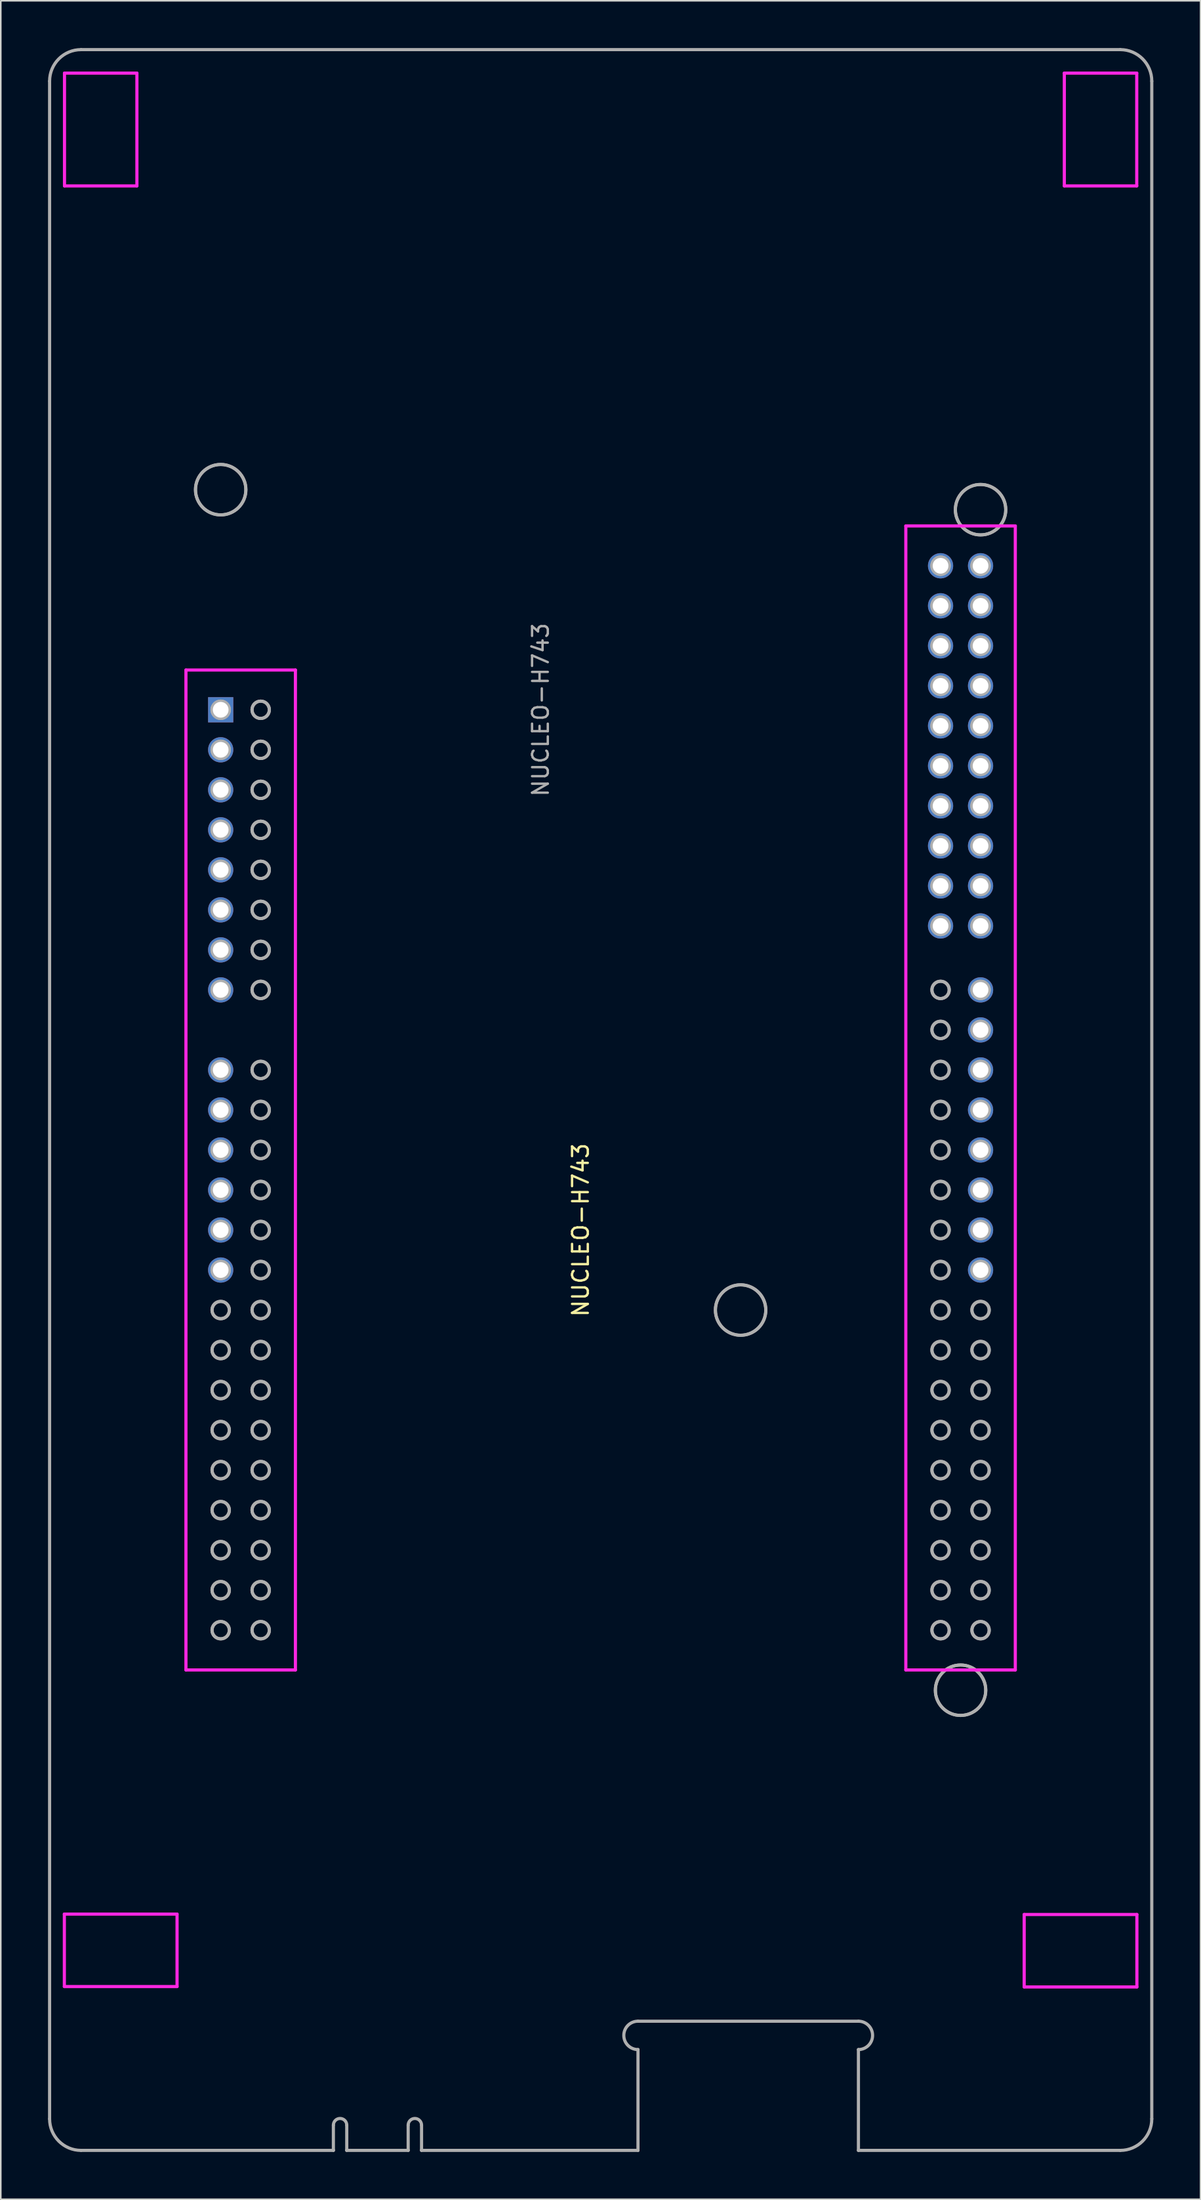
<source format=kicad_pcb>
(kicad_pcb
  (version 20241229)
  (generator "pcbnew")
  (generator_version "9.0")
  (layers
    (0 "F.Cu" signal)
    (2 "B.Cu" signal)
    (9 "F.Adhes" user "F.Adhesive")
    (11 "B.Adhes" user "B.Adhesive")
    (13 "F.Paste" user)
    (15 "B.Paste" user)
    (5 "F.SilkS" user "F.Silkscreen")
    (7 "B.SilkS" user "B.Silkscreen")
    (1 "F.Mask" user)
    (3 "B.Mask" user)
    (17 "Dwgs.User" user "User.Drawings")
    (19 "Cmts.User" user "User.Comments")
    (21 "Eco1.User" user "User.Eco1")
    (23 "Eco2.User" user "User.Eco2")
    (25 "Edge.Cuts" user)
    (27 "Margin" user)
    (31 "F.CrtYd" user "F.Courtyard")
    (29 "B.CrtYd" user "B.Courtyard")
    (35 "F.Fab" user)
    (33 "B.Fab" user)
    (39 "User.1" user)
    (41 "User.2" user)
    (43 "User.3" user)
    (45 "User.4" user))
  (footprint "NUCLEO-H743"
    (layer "F.Cu")
    (at 33.826 21.681)
    (property "Reference" "NUCLEO-H743" (at 0 53.34 90) (layer "F.SilkS") (effects (font (size 1 1) (thickness 0.15))))
    (attr through_hole)
    (fp_line (start -32.789 96.76) (end -25.631 96.76) (stroke (width 0.2) (type solid)) (layer "F.CrtYd"))
    (fp_line (start -32.789 101.359) (end -32.789 96.76) (stroke (width 0.2) (type solid)) (layer "F.CrtYd"))
    (fp_line (start -32.78 -20.09) (end -28.181 -20.09) (stroke (width 0.2) (type solid)) (layer "F.CrtYd"))
    (fp_line (start -32.78 -12.931) (end -32.78 -20.09) (stroke (width 0.2) (type solid)) (layer "F.CrtYd"))
    (fp_line (start -28.181 -20.09) (end -28.181 -12.931) (stroke (width 0.2) (type solid)) (layer "F.CrtYd"))
    (fp_line (start -28.181 -12.931) (end -32.78 -12.931) (stroke (width 0.2) (type solid)) (layer "F.CrtYd"))
    (fp_line (start -25.631 96.76) (end -25.631 101.359) (stroke (width 0.2) (type solid)) (layer "F.CrtYd"))
    (fp_line (start -25.631 101.359) (end -32.789 101.359) (stroke (width 0.2) (type solid)) (layer "F.CrtYd"))
    (fp_line (start -25.067 17.796) (end -25.067 81.264) (stroke (width 0.2) (type solid)) (layer "F.CrtYd"))
    (fp_line (start -25.067 17.796) (end -18.114 17.796) (stroke (width 0.2) (type solid)) (layer "F.CrtYd"))
    (fp_line (start -25.067 81.264) (end -18.114 81.264) (stroke (width 0.2) (type solid)) (layer "F.CrtYd"))
    (fp_line (start -18.114 17.796) (end -18.114 81.264) (stroke (width 0.2) (type solid)) (layer "F.CrtYd"))
    (fp_line (start 20.653 8.652) (end 20.653 81.264) (stroke (width 0.2) (type solid)) (layer "F.CrtYd"))
    (fp_line (start 20.653 8.652) (end 27.606 8.652) (stroke (width 0.2) (type solid)) (layer "F.CrtYd"))
    (fp_line (start 20.653 81.264) (end 27.606 81.264) (stroke (width 0.2) (type solid)) (layer "F.CrtYd"))
    (fp_line (start 27.606 8.652) (end 27.606 81.264) (stroke (width 0.2) (type solid)) (layer "F.CrtYd"))
    (fp_line (start 28.17 96.786) (end 35.329 96.786) (stroke (width 0.2) (type solid)) (layer "F.CrtYd"))
    (fp_line (start 28.17 101.384) (end 28.17 96.786) (stroke (width 0.2) (type solid)) (layer "F.CrtYd"))
    (fp_line (start 30.72 -20.09) (end 35.319 -20.09) (stroke (width 0.2) (type solid)) (layer "F.CrtYd"))
    (fp_line (start 30.72 -12.931) (end 30.72 -20.09) (stroke (width 0.2) (type solid)) (layer "F.CrtYd"))
    (fp_line (start 35.319 -20.09) (end 35.319 -12.931) (stroke (width 0.2) (type solid)) (layer "F.CrtYd"))
    (fp_line (start 35.319 -12.931) (end 30.72 -12.931) (stroke (width 0.2) (type solid)) (layer "F.CrtYd"))
    (fp_line (start 35.329 96.786) (end 35.329 101.384) (stroke (width 0.2) (type solid)) (layer "F.CrtYd"))
    (fp_line (start 35.329 101.384) (end 28.17 101.384) (stroke (width 0.2) (type solid)) (layer "F.CrtYd"))
    (fp_line (start -33.726 -19.581) (end -33.726 109.759) (stroke (width 0.2) (type solid)) (layer "F.Fab"))
    (fp_line (start -31.726 111.759) (end -15.702 111.759) (stroke (width 0.2) (type solid)) (layer "F.Fab"))
    (fp_line (start -15.703 111.733) (end -15.703 110.158) (stroke (width 0.2) (type solid)) (layer "F.Fab"))
    (fp_line (start -14.854 111.759) (end -10.952 111.759) (stroke (width 0.2) (type solid)) (layer "F.Fab"))
    (fp_line (start -14.853 110.158) (end -14.853 111.733) (stroke (width 0.2) (type solid)) (layer "F.Fab"))
    (fp_line (start -10.953 111.733) (end -10.953 110.158) (stroke (width 0.2) (type solid)) (layer "F.Fab"))
    (fp_line (start -10.104 111.759) (end 3.643 111.759) (stroke (width 0.2) (type solid)) (layer "F.Fab"))
    (fp_line (start -10.103 110.158) (end -10.103 111.733) (stroke (width 0.2) (type solid)) (layer "F.Fab"))
    (fp_line (start 3.643 103.559) (end 17.643 103.559) (stroke (width 0.2) (type solid)) (layer "F.Fab"))
    (fp_line (start 3.643 111.759) (end 3.643 105.359) (stroke (width 0.2) (type solid)) (layer "F.Fab"))
    (fp_line (start 17.643 105.359) (end 17.643 111.759) (stroke (width 0.2) (type solid)) (layer "F.Fab"))
    (fp_line (start 17.643 111.759) (end 34.274 111.759) (stroke (width 0.2) (type solid)) (layer "F.Fab"))
    (fp_line (start 34.274 -21.581) (end -31.726 -21.581) (stroke (width 0.2) (type solid)) (layer "F.Fab"))
    (fp_line (start 36.274 109.759) (end 36.274 -19.581) (stroke (width 0.2) (type solid)) (layer "F.Fab"))
    (fp_arc (start -33.726026 -19.581129) (mid -33.140239 -20.995343) (end -31.726025 -21.58113) (stroke (width 0.2) (type solid)) (layer "F.Fab"))
    (fp_arc (start -31.726025 111.75887) (mid -33.140238 111.173082) (end -33.726026 109.758869) (stroke (width 0.2) (type solid)) (layer "F.Fab"))
    (fp_arc (start -15.7032 110.157502) (mid -15.278199 109.7325) (end -14.853199 110.157502) (stroke (width 0.2) (type solid)) (layer "F.Fab"))
    (fp_arc (start -15.702381 111.75887) (mid -15.702995 111.745691) (end -15.7032 111.7325) (stroke (width 0.2) (type solid)) (layer "F.Fab"))
    (fp_arc (start -14.853199 111.7325) (mid -14.853405 111.745691) (end -14.854018 111.75887) (stroke (width 0.2) (type solid)) (layer "F.Fab"))
    (fp_arc (start -10.953202 110.157502) (mid -10.528201 109.7325) (end -10.103201 110.157502) (stroke (width 0.2) (type solid)) (layer "F.Fab"))
    (fp_arc (start -10.952383 111.75887) (mid -10.952997 111.745691) (end -10.953202 111.7325) (stroke (width 0.2) (type solid)) (layer "F.Fab"))
    (fp_arc (start -10.103201 111.7325) (mid -10.103407 111.745691) (end -10.10402 111.75887) (stroke (width 0.2) (type solid)) (layer "F.Fab"))
    (fp_arc (start 3.642598 105.359002) (mid 2.742597 104.459) (end 3.642598 103.559001) (stroke (width 0.2) (type solid)) (layer "F.Fab"))
    (fp_arc (start 17.642601 103.559001) (mid 18.542568 104.45897) (end 17.642601 105.359007) (stroke (width 0.2) (type solid)) (layer "F.Fab"))
    (fp_arc (start 34.273975 -21.58113) (mid 35.688204 -20.995352) (end 36.273976 -19.581129) (stroke (width 0.2) (type solid)) (layer "F.Fab"))
    (fp_arc (start 36.273976 109.758869) (mid 35.688187 111.173076) (end 34.273973 111.75887) (stroke (width 0.2) (type solid)) (layer "F.Fab"))
    (fp_circle (center -22.86 6.35) (end -21.26 6.35) (stroke (width 0.2) (type solid)) (fill no) (layer "F.Fab"))
    (fp_circle (center -22.86 6.35) (end -21.26 6.35) (stroke (width 0.2) (type solid)) (fill no) (layer "F.Fab"))
    (fp_circle (center -22.86 20.32) (end -22.31 20.32) (stroke (width 0.2) (type solid)) (fill no) (layer "F.Fab"))
    (fp_circle (center -22.86 20.32) (end -22.31 20.32) (stroke (width 0.2) (type solid)) (fill no) (layer "F.Fab"))
    (fp_circle (center -22.86 22.86) (end -22.31 22.86) (stroke (width 0.2) (type solid)) (fill no) (layer "F.Fab"))
    (fp_circle (center -22.86 22.86) (end -22.31 22.86) (stroke (width 0.2) (type solid)) (fill no) (layer "F.Fab"))
    (fp_circle (center -22.86 25.4) (end -22.31 25.4) (stroke (width 0.2) (type solid)) (fill no) (layer "F.Fab"))
    (fp_circle (center -22.86 25.4) (end -22.31 25.4) (stroke (width 0.2) (type solid)) (fill no) (layer "F.Fab"))
    (fp_circle (center -22.86 27.94) (end -22.31 27.94) (stroke (width 0.2) (type solid)) (fill no) (layer "F.Fab"))
    (fp_circle (center -22.86 27.94) (end -22.31 27.94) (stroke (width 0.2) (type solid)) (fill no) (layer "F.Fab"))
    (fp_circle (center -22.86 30.48) (end -22.31 30.48) (stroke (width 0.2) (type solid)) (fill no) (layer "F.Fab"))
    (fp_circle (center -22.86 30.48) (end -22.31 30.48) (stroke (width 0.2) (type solid)) (fill no) (layer "F.Fab"))
    (fp_circle (center -22.86 33.02) (end -22.31 33.02) (stroke (width 0.2) (type solid)) (fill no) (layer "F.Fab"))
    (fp_circle (center -22.86 33.02) (end -22.31 33.02) (stroke (width 0.2) (type solid)) (fill no) (layer "F.Fab"))
    (fp_circle (center -22.86 35.56) (end -22.31 35.56) (stroke (width 0.2) (type solid)) (fill no) (layer "F.Fab"))
    (fp_circle (center -22.86 35.56) (end -22.31 35.56) (stroke (width 0.2) (type solid)) (fill no) (layer "F.Fab"))
    (fp_circle (center -22.86 38.1) (end -22.31 38.1) (stroke (width 0.2) (type solid)) (fill no) (layer "F.Fab"))
    (fp_circle (center -22.86 38.1) (end -22.31 38.1) (stroke (width 0.2) (type solid)) (fill no) (layer "F.Fab"))
    (fp_circle (center -22.86 43.18) (end -22.31 43.18) (stroke (width 0.2) (type solid)) (fill no) (layer "F.Fab"))
    (fp_circle (center -22.86 43.18) (end -22.31 43.18) (stroke (width 0.2) (type solid)) (fill no) (layer "F.Fab"))
    (fp_circle (center -22.86 45.72) (end -22.31 45.72) (stroke (width 0.2) (type solid)) (fill no) (layer "F.Fab"))
    (fp_circle (center -22.86 45.72) (end -22.31 45.72) (stroke (width 0.2) (type solid)) (fill no) (layer "F.Fab"))
    (fp_circle (center -22.86 48.26) (end -22.31 48.26) (stroke (width 0.2) (type solid)) (fill no) (layer "F.Fab"))
    (fp_circle (center -22.86 48.26) (end -22.31 48.26) (stroke (width 0.2) (type solid)) (fill no) (layer "F.Fab"))
    (fp_circle (center -22.86 50.8) (end -22.31 50.8) (stroke (width 0.2) (type solid)) (fill no) (layer "F.Fab"))
    (fp_circle (center -22.86 50.8) (end -22.31 50.8) (stroke (width 0.2) (type solid)) (fill no) (layer "F.Fab"))
    (fp_circle (center -22.86 53.34) (end -22.31 53.34) (stroke (width 0.2) (type solid)) (fill no) (layer "F.Fab"))
    (fp_circle (center -22.86 53.34) (end -22.31 53.34) (stroke (width 0.2) (type solid)) (fill no) (layer "F.Fab"))
    (fp_circle (center -22.86 55.88) (end -22.31 55.88) (stroke (width 0.2) (type solid)) (fill no) (layer "F.Fab"))
    (fp_circle (center -22.86 55.88) (end -22.31 55.88) (stroke (width 0.2) (type solid)) (fill no) (layer "F.Fab"))
    (fp_circle (center -22.86 58.42) (end -22.31 58.42) (stroke (width 0.2) (type solid)) (fill no) (layer "F.Fab"))
    (fp_circle (center -22.86 58.42) (end -22.31 58.42) (stroke (width 0.2) (type solid)) (fill no) (layer "F.Fab"))
    (fp_circle (center -22.86 60.96) (end -22.31 60.96) (stroke (width 0.2) (type solid)) (fill no) (layer "F.Fab"))
    (fp_circle (center -22.86 60.96) (end -22.31 60.96) (stroke (width 0.2) (type solid)) (fill no) (layer "F.Fab"))
    (fp_circle (center -22.86 63.5) (end -22.31 63.5) (stroke (width 0.2) (type solid)) (fill no) (layer "F.Fab"))
    (fp_circle (center -22.86 63.5) (end -22.31 63.5) (stroke (width 0.2) (type solid)) (fill no) (layer "F.Fab"))
    (fp_circle (center -22.86 66.04) (end -22.31 66.04) (stroke (width 0.2) (type solid)) (fill no) (layer "F.Fab"))
    (fp_circle (center -22.86 66.04) (end -22.31 66.04) (stroke (width 0.2) (type solid)) (fill no) (layer "F.Fab"))
    (fp_circle (center -22.86 68.58) (end -22.31 68.58) (stroke (width 0.2) (type solid)) (fill no) (layer "F.Fab"))
    (fp_circle (center -22.86 68.58) (end -22.31 68.58) (stroke (width 0.2) (type solid)) (fill no) (layer "F.Fab"))
    (fp_circle (center -22.86 71.12) (end -22.31 71.12) (stroke (width 0.2) (type solid)) (fill no) (layer "F.Fab"))
    (fp_circle (center -22.86 71.12) (end -22.31 71.12) (stroke (width 0.2) (type solid)) (fill no) (layer "F.Fab"))
    (fp_circle (center -22.86 73.66) (end -22.31 73.66) (stroke (width 0.2) (type solid)) (fill no) (layer "F.Fab"))
    (fp_circle (center -22.86 73.66) (end -22.31 73.66) (stroke (width 0.2) (type solid)) (fill no) (layer "F.Fab"))
    (fp_circle (center -22.86 76.2) (end -22.31 76.2) (stroke (width 0.2) (type solid)) (fill no) (layer "F.Fab"))
    (fp_circle (center -22.86 76.2) (end -22.31 76.2) (stroke (width 0.2) (type solid)) (fill no) (layer "F.Fab"))
    (fp_circle (center -22.86 78.74) (end -22.31 78.74) (stroke (width 0.2) (type solid)) (fill no) (layer "F.Fab"))
    (fp_circle (center -22.86 78.74) (end -22.31 78.74) (stroke (width 0.2) (type solid)) (fill no) (layer "F.Fab"))
    (fp_circle (center -20.32 20.32) (end -19.77 20.32) (stroke (width 0.2) (type solid)) (fill no) (layer "F.Fab"))
    (fp_circle (center -20.32 20.32) (end -19.77 20.32) (stroke (width 0.2) (type solid)) (fill no) (layer "F.Fab"))
    (fp_circle (center -20.32 22.86) (end -19.77 22.86) (stroke (width 0.2) (type solid)) (fill no) (layer "F.Fab"))
    (fp_circle (center -20.32 22.86) (end -19.77 22.86) (stroke (width 0.2) (type solid)) (fill no) (layer "F.Fab"))
    (fp_circle (center -20.32 25.4) (end -19.77 25.4) (stroke (width 0.2) (type solid)) (fill no) (layer "F.Fab"))
    (fp_circle (center -20.32 25.4) (end -19.77 25.4) (stroke (width 0.2) (type solid)) (fill no) (layer "F.Fab"))
    (fp_circle (center -20.32 27.94) (end -19.77 27.94) (stroke (width 0.2) (type solid)) (fill no) (layer "F.Fab"))
    (fp_circle (center -20.32 27.94) (end -19.77 27.94) (stroke (width 0.2) (type solid)) (fill no) (layer "F.Fab"))
    (fp_circle (center -20.32 30.48) (end -19.77 30.48) (stroke (width 0.2) (type solid)) (fill no) (layer "F.Fab"))
    (fp_circle (center -20.32 30.48) (end -19.77 30.48) (stroke (width 0.2) (type solid)) (fill no) (layer "F.Fab"))
    (fp_circle (center -20.32 33.02) (end -19.77 33.02) (stroke (width 0.2) (type solid)) (fill no) (layer "F.Fab"))
    (fp_circle (center -20.32 33.02) (end -19.77 33.02) (stroke (width 0.2) (type solid)) (fill no) (layer "F.Fab"))
    (fp_circle (center -20.32 35.56) (end -19.77 35.56) (stroke (width 0.2) (type solid)) (fill no) (layer "F.Fab"))
    (fp_circle (center -20.32 35.56) (end -19.77 35.56) (stroke (width 0.2) (type solid)) (fill no) (layer "F.Fab"))
    (fp_circle (center -20.32 38.1) (end -19.77 38.1) (stroke (width 0.2) (type solid)) (fill no) (layer "F.Fab"))
    (fp_circle (center -20.32 38.1) (end -19.77 38.1) (stroke (width 0.2) (type solid)) (fill no) (layer "F.Fab"))
    (fp_circle (center -20.32 43.18) (end -19.77 43.18) (stroke (width 0.2) (type solid)) (fill no) (layer "F.Fab"))
    (fp_circle (center -20.32 43.18) (end -19.77 43.18) (stroke (width 0.2) (type solid)) (fill no) (layer "F.Fab"))
    (fp_circle (center -20.32 45.72) (end -19.77 45.72) (stroke (width 0.2) (type solid)) (fill no) (layer "F.Fab"))
    (fp_circle (center -20.32 45.72) (end -19.77 45.72) (stroke (width 0.2) (type solid)) (fill no) (layer "F.Fab"))
    (fp_circle (center -20.32 48.26) (end -19.77 48.26) (stroke (width 0.2) (type solid)) (fill no) (layer "F.Fab"))
    (fp_circle (center -20.32 48.26) (end -19.77 48.26) (stroke (width 0.2) (type solid)) (fill no) (layer "F.Fab"))
    (fp_circle (center -20.32 50.8) (end -19.77 50.8) (stroke (width 0.2) (type solid)) (fill no) (layer "F.Fab"))
    (fp_circle (center -20.32 50.8) (end -19.77 50.8) (stroke (width 0.2) (type solid)) (fill no) (layer "F.Fab"))
    (fp_circle (center -20.32 53.34) (end -19.77 53.34) (stroke (width 0.2) (type solid)) (fill no) (layer "F.Fab"))
    (fp_circle (center -20.32 53.34) (end -19.77 53.34) (stroke (width 0.2) (type solid)) (fill no) (layer "F.Fab"))
    (fp_circle (center -20.32 55.88) (end -19.77 55.88) (stroke (width 0.2) (type solid)) (fill no) (layer "F.Fab"))
    (fp_circle (center -20.32 55.88) (end -19.77 55.88) (stroke (width 0.2) (type solid)) (fill no) (layer "F.Fab"))
    (fp_circle (center -20.32 58.42) (end -19.77 58.42) (stroke (width 0.2) (type solid)) (fill no) (layer "F.Fab"))
    (fp_circle (center -20.32 58.42) (end -19.77 58.42) (stroke (width 0.2) (type solid)) (fill no) (layer "F.Fab"))
    (fp_circle (center -20.32 60.96) (end -19.77 60.96) (stroke (width 0.2) (type solid)) (fill no) (layer "F.Fab"))
    (fp_circle (center -20.32 60.96) (end -19.77 60.96) (stroke (width 0.2) (type solid)) (fill no) (layer "F.Fab"))
    (fp_circle (center -20.32 63.5) (end -19.77 63.5) (stroke (width 0.2) (type solid)) (fill no) (layer "F.Fab"))
    (fp_circle (center -20.32 63.5) (end -19.77 63.5) (stroke (width 0.2) (type solid)) (fill no) (layer "F.Fab"))
    (fp_circle (center -20.32 66.04) (end -19.77 66.04) (stroke (width 0.2) (type solid)) (fill no) (layer "F.Fab"))
    (fp_circle (center -20.32 66.04) (end -19.77 66.04) (stroke (width 0.2) (type solid)) (fill no) (layer "F.Fab"))
    (fp_circle (center -20.32 68.58) (end -19.77 68.58) (stroke (width 0.2) (type solid)) (fill no) (layer "F.Fab"))
    (fp_circle (center -20.32 68.58) (end -19.77 68.58) (stroke (width 0.2) (type solid)) (fill no) (layer "F.Fab"))
    (fp_circle (center -20.32 71.12) (end -19.77 71.12) (stroke (width 0.2) (type solid)) (fill no) (layer "F.Fab"))
    (fp_circle (center -20.32 71.12) (end -19.77 71.12) (stroke (width 0.2) (type solid)) (fill no) (layer "F.Fab"))
    (fp_circle (center -20.32 73.66) (end -19.77 73.66) (stroke (width 0.2) (type solid)) (fill no) (layer "F.Fab"))
    (fp_circle (center -20.32 73.66) (end -19.77 73.66) (stroke (width 0.2) (type solid)) (fill no) (layer "F.Fab"))
    (fp_circle (center -20.32 76.2) (end -19.77 76.2) (stroke (width 0.2) (type solid)) (fill no) (layer "F.Fab"))
    (fp_circle (center -20.32 76.2) (end -19.77 76.2) (stroke (width 0.2) (type solid)) (fill no) (layer "F.Fab"))
    (fp_circle (center -20.32 78.74) (end -19.77 78.74) (stroke (width 0.2) (type solid)) (fill no) (layer "F.Fab"))
    (fp_circle (center -20.32 78.74) (end -19.77 78.74) (stroke (width 0.2) (type solid)) (fill no) (layer "F.Fab"))
    (fp_circle (center 10.16 58.42) (end 11.76 58.42) (stroke (width 0.2) (type solid)) (fill no) (layer "F.Fab"))
    (fp_circle (center 10.16 58.42) (end 11.76 58.42) (stroke (width 0.2) (type solid)) (fill no) (layer "F.Fab"))
    (fp_circle (center 22.86 11.176) (end 23.41 11.176) (stroke (width 0.2) (type solid)) (fill no) (layer "F.Fab"))
    (fp_circle (center 22.86 11.176) (end 23.41 11.176) (stroke (width 0.2) (type solid)) (fill no) (layer "F.Fab"))
    (fp_circle (center 22.86 13.716) (end 23.41 13.716) (stroke (width 0.2) (type solid)) (fill no) (layer "F.Fab"))
    (fp_circle (center 22.86 13.716) (end 23.41 13.716) (stroke (width 0.2) (type solid)) (fill no) (layer "F.Fab"))
    (fp_circle (center 22.86 16.256) (end 23.41 16.256) (stroke (width 0.2) (type solid)) (fill no) (layer "F.Fab"))
    (fp_circle (center 22.86 16.256) (end 23.41 16.256) (stroke (width 0.2) (type solid)) (fill no) (layer "F.Fab"))
    (fp_circle (center 22.86 18.796) (end 23.41 18.796) (stroke (width 0.2) (type solid)) (fill no) (layer "F.Fab"))
    (fp_circle (center 22.86 18.796) (end 23.41 18.796) (stroke (width 0.2) (type solid)) (fill no) (layer "F.Fab"))
    (fp_circle (center 22.86 21.336) (end 23.41 21.336) (stroke (width 0.2) (type solid)) (fill no) (layer "F.Fab"))
    (fp_circle (center 22.86 21.336) (end 23.41 21.336) (stroke (width 0.2) (type solid)) (fill no) (layer "F.Fab"))
    (fp_circle (center 22.86 23.876) (end 23.41 23.876) (stroke (width 0.2) (type solid)) (fill no) (layer "F.Fab"))
    (fp_circle (center 22.86 23.876) (end 23.41 23.876) (stroke (width 0.2) (type solid)) (fill no) (layer "F.Fab"))
    (fp_circle (center 22.86 26.416) (end 23.41 26.416) (stroke (width 0.2) (type solid)) (fill no) (layer "F.Fab"))
    (fp_circle (center 22.86 26.416) (end 23.41 26.416) (stroke (width 0.2) (type solid)) (fill no) (layer "F.Fab"))
    (fp_circle (center 22.86 28.956) (end 23.41 28.956) (stroke (width 0.2) (type solid)) (fill no) (layer "F.Fab"))
    (fp_circle (center 22.86 28.956) (end 23.41 28.956) (stroke (width 0.2) (type solid)) (fill no) (layer "F.Fab"))
    (fp_circle (center 22.86 31.496) (end 23.41 31.496) (stroke (width 0.2) (type solid)) (fill no) (layer "F.Fab"))
    (fp_circle (center 22.86 31.496) (end 23.41 31.496) (stroke (width 0.2) (type solid)) (fill no) (layer "F.Fab"))
    (fp_circle (center 22.86 34.036) (end 23.41 34.036) (stroke (width 0.2) (type solid)) (fill no) (layer "F.Fab"))
    (fp_circle (center 22.86 34.036) (end 23.41 34.036) (stroke (width 0.2) (type solid)) (fill no) (layer "F.Fab"))
    (fp_circle (center 22.86 38.1) (end 23.41 38.1) (stroke (width 0.2) (type solid)) (fill no) (layer "F.Fab"))
    (fp_circle (center 22.86 38.1) (end 23.41 38.1) (stroke (width 0.2) (type solid)) (fill no) (layer "F.Fab"))
    (fp_circle (center 22.86 40.64) (end 23.41 40.64) (stroke (width 0.2) (type solid)) (fill no) (layer "F.Fab"))
    (fp_circle (center 22.86 40.64) (end 23.41 40.64) (stroke (width 0.2) (type solid)) (fill no) (layer "F.Fab"))
    (fp_circle (center 22.86 43.18) (end 23.41 43.18) (stroke (width 0.2) (type solid)) (fill no) (layer "F.Fab"))
    (fp_circle (center 22.86 43.18) (end 23.41 43.18) (stroke (width 0.2) (type solid)) (fill no) (layer "F.Fab"))
    (fp_circle (center 22.86 45.72) (end 23.41 45.72) (stroke (width 0.2) (type solid)) (fill no) (layer "F.Fab"))
    (fp_circle (center 22.86 45.72) (end 23.41 45.72) (stroke (width 0.2) (type solid)) (fill no) (layer "F.Fab"))
    (fp_circle (center 22.86 48.26) (end 23.41 48.26) (stroke (width 0.2) (type solid)) (fill no) (layer "F.Fab"))
    (fp_circle (center 22.86 48.26) (end 23.41 48.26) (stroke (width 0.2) (type solid)) (fill no) (layer "F.Fab"))
    (fp_circle (center 22.86 50.8) (end 23.41 50.8) (stroke (width 0.2) (type solid)) (fill no) (layer "F.Fab"))
    (fp_circle (center 22.86 50.8) (end 23.41 50.8) (stroke (width 0.2) (type solid)) (fill no) (layer "F.Fab"))
    (fp_circle (center 22.86 53.34) (end 23.41 53.34) (stroke (width 0.2) (type solid)) (fill no) (layer "F.Fab"))
    (fp_circle (center 22.86 53.34) (end 23.41 53.34) (stroke (width 0.2) (type solid)) (fill no) (layer "F.Fab"))
    (fp_circle (center 22.86 55.88) (end 23.41 55.88) (stroke (width 0.2) (type solid)) (fill no) (layer "F.Fab"))
    (fp_circle (center 22.86 55.88) (end 23.41 55.88) (stroke (width 0.2) (type solid)) (fill no) (layer "F.Fab"))
    (fp_circle (center 22.86 58.42) (end 23.41 58.42) (stroke (width 0.2) (type solid)) (fill no) (layer "F.Fab"))
    (fp_circle (center 22.86 58.42) (end 23.41 58.42) (stroke (width 0.2) (type solid)) (fill no) (layer "F.Fab"))
    (fp_circle (center 22.86 60.96) (end 23.41 60.96) (stroke (width 0.2) (type solid)) (fill no) (layer "F.Fab"))
    (fp_circle (center 22.86 60.96) (end 23.41 60.96) (stroke (width 0.2) (type solid)) (fill no) (layer "F.Fab"))
    (fp_circle (center 22.86 63.5) (end 23.41 63.5) (stroke (width 0.2) (type solid)) (fill no) (layer "F.Fab"))
    (fp_circle (center 22.86 63.5) (end 23.41 63.5) (stroke (width 0.2) (type solid)) (fill no) (layer "F.Fab"))
    (fp_circle (center 22.86 66.04) (end 23.41 66.04) (stroke (width 0.2) (type solid)) (fill no) (layer "F.Fab"))
    (fp_circle (center 22.86 66.04) (end 23.41 66.04) (stroke (width 0.2) (type solid)) (fill no) (layer "F.Fab"))
    (fp_circle (center 22.86 68.58) (end 23.41 68.58) (stroke (width 0.2) (type solid)) (fill no) (layer "F.Fab"))
    (fp_circle (center 22.86 68.58) (end 23.41 68.58) (stroke (width 0.2) (type solid)) (fill no) (layer "F.Fab"))
    (fp_circle (center 22.86 71.12) (end 23.41 71.12) (stroke (width 0.2) (type solid)) (fill no) (layer "F.Fab"))
    (fp_circle (center 22.86 71.12) (end 23.41 71.12) (stroke (width 0.2) (type solid)) (fill no) (layer "F.Fab"))
    (fp_circle (center 22.86 73.66) (end 23.41 73.66) (stroke (width 0.2) (type solid)) (fill no) (layer "F.Fab"))
    (fp_circle (center 22.86 73.66) (end 23.41 73.66) (stroke (width 0.2) (type solid)) (fill no) (layer "F.Fab"))
    (fp_circle (center 22.86 76.2) (end 23.41 76.2) (stroke (width 0.2) (type solid)) (fill no) (layer "F.Fab"))
    (fp_circle (center 22.86 76.2) (end 23.41 76.2) (stroke (width 0.2) (type solid)) (fill no) (layer "F.Fab"))
    (fp_circle (center 22.86 78.74) (end 23.41 78.74) (stroke (width 0.2) (type solid)) (fill no) (layer "F.Fab"))
    (fp_circle (center 22.86 78.74) (end 23.41 78.74) (stroke (width 0.2) (type solid)) (fill no) (layer "F.Fab"))
    (fp_circle (center 24.13 82.55) (end 25.73 82.55) (stroke (width 0.2) (type solid)) (fill no) (layer "F.Fab"))
    (fp_circle (center 24.13 82.55) (end 25.73 82.55) (stroke (width 0.2) (type solid)) (fill no) (layer "F.Fab"))
    (fp_circle (center 25.4 7.62) (end 27 7.62) (stroke (width 0.2) (type solid)) (fill no) (layer "F.Fab"))
    (fp_circle (center 25.4 7.62) (end 27 7.62) (stroke (width 0.2) (type solid)) (fill no) (layer "F.Fab"))
    (fp_circle (center 25.4 11.176) (end 25.95 11.176) (stroke (width 0.2) (type solid)) (fill no) (layer "F.Fab"))
    (fp_circle (center 25.4 11.176) (end 25.95 11.176) (stroke (width 0.2) (type solid)) (fill no) (layer "F.Fab"))
    (fp_circle (center 25.4 13.716) (end 25.95 13.716) (stroke (width 0.2) (type solid)) (fill no) (layer "F.Fab"))
    (fp_circle (center 25.4 13.716) (end 25.95 13.716) (stroke (width 0.2) (type solid)) (fill no) (layer "F.Fab"))
    (fp_circle (center 25.4 16.256) (end 25.95 16.256) (stroke (width 0.2) (type solid)) (fill no) (layer "F.Fab"))
    (fp_circle (center 25.4 16.256) (end 25.95 16.256) (stroke (width 0.2) (type solid)) (fill no) (layer "F.Fab"))
    (fp_circle (center 25.4 18.796) (end 25.95 18.796) (stroke (width 0.2) (type solid)) (fill no) (layer "F.Fab"))
    (fp_circle (center 25.4 18.796) (end 25.95 18.796) (stroke (width 0.2) (type solid)) (fill no) (layer "F.Fab"))
    (fp_circle (center 25.4 21.336) (end 25.95 21.336) (stroke (width 0.2) (type solid)) (fill no) (layer "F.Fab"))
    (fp_circle (center 25.4 21.336) (end 25.95 21.336) (stroke (width 0.2) (type solid)) (fill no) (layer "F.Fab"))
    (fp_circle (center 25.4 23.876) (end 25.95 23.876) (stroke (width 0.2) (type solid)) (fill no) (layer "F.Fab"))
    (fp_circle (center 25.4 23.876) (end 25.95 23.876) (stroke (width 0.2) (type solid)) (fill no) (layer "F.Fab"))
    (fp_circle (center 25.4 26.416) (end 25.95 26.416) (stroke (width 0.2) (type solid)) (fill no) (layer "F.Fab"))
    (fp_circle (center 25.4 26.416) (end 25.95 26.416) (stroke (width 0.2) (type solid)) (fill no) (layer "F.Fab"))
    (fp_circle (center 25.4 28.956) (end 25.95 28.956) (stroke (width 0.2) (type solid)) (fill no) (layer "F.Fab"))
    (fp_circle (center 25.4 28.956) (end 25.95 28.956) (stroke (width 0.2) (type solid)) (fill no) (layer "F.Fab"))
    (fp_circle (center 25.4 31.496) (end 25.95 31.496) (stroke (width 0.2) (type solid)) (fill no) (layer "F.Fab"))
    (fp_circle (center 25.4 31.496) (end 25.95 31.496) (stroke (width 0.2) (type solid)) (fill no) (layer "F.Fab"))
    (fp_circle (center 25.4 34.036) (end 25.95 34.036) (stroke (width 0.2) (type solid)) (fill no) (layer "F.Fab"))
    (fp_circle (center 25.4 34.036) (end 25.95 34.036) (stroke (width 0.2) (type solid)) (fill no) (layer "F.Fab"))
    (fp_circle (center 25.4 38.1) (end 25.95 38.1) (stroke (width 0.2) (type solid)) (fill no) (layer "F.Fab"))
    (fp_circle (center 25.4 38.1) (end 25.95 38.1) (stroke (width 0.2) (type solid)) (fill no) (layer "F.Fab"))
    (fp_circle (center 25.4 40.64) (end 25.95 40.64) (stroke (width 0.2) (type solid)) (fill no) (layer "F.Fab"))
    (fp_circle (center 25.4 40.64) (end 25.95 40.64) (stroke (width 0.2) (type solid)) (fill no) (layer "F.Fab"))
    (fp_circle (center 25.4 43.18) (end 25.95 43.18) (stroke (width 0.2) (type solid)) (fill no) (layer "F.Fab"))
    (fp_circle (center 25.4 43.18) (end 25.95 43.18) (stroke (width 0.2) (type solid)) (fill no) (layer "F.Fab"))
    (fp_circle (center 25.4 45.72) (end 25.95 45.72) (stroke (width 0.2) (type solid)) (fill no) (layer "F.Fab"))
    (fp_circle (center 25.4 45.72) (end 25.95 45.72) (stroke (width 0.2) (type solid)) (fill no) (layer "F.Fab"))
    (fp_circle (center 25.4 48.26) (end 25.95 48.26) (stroke (width 0.2) (type solid)) (fill no) (layer "F.Fab"))
    (fp_circle (center 25.4 48.26) (end 25.95 48.26) (stroke (width 0.2) (type solid)) (fill no) (layer "F.Fab"))
    (fp_circle (center 25.4 50.8) (end 25.95 50.8) (stroke (width 0.2) (type solid)) (fill no) (layer "F.Fab"))
    (fp_circle (center 25.4 50.8) (end 25.95 50.8) (stroke (width 0.2) (type solid)) (fill no) (layer "F.Fab"))
    (fp_circle (center 25.4 53.34) (end 25.95 53.34) (stroke (width 0.2) (type solid)) (fill no) (layer "F.Fab"))
    (fp_circle (center 25.4 53.34) (end 25.95 53.34) (stroke (width 0.2) (type solid)) (fill no) (layer "F.Fab"))
    (fp_circle (center 25.4 55.88) (end 25.95 55.88) (stroke (width 0.2) (type solid)) (fill no) (layer "F.Fab"))
    (fp_circle (center 25.4 55.88) (end 25.95 55.88) (stroke (width 0.2) (type solid)) (fill no) (layer "F.Fab"))
    (fp_circle (center 25.4 58.42) (end 25.95 58.42) (stroke (width 0.2) (type solid)) (fill no) (layer "F.Fab"))
    (fp_circle (center 25.4 58.42) (end 25.95 58.42) (stroke (width 0.2) (type solid)) (fill no) (layer "F.Fab"))
    (fp_circle (center 25.4 60.96) (end 25.95 60.96) (stroke (width 0.2) (type solid)) (fill no) (layer "F.Fab"))
    (fp_circle (center 25.4 60.96) (end 25.95 60.96) (stroke (width 0.2) (type solid)) (fill no) (layer "F.Fab"))
    (fp_circle (center 25.4 63.5) (end 25.95 63.5) (stroke (width 0.2) (type solid)) (fill no) (layer "F.Fab"))
    (fp_circle (center 25.4 63.5) (end 25.95 63.5) (stroke (width 0.2) (type solid)) (fill no) (layer "F.Fab"))
    (fp_circle (center 25.4 66.04) (end 25.95 66.04) (stroke (width 0.2) (type solid)) (fill no) (layer "F.Fab"))
    (fp_circle (center 25.4 66.04) (end 25.95 66.04) (stroke (width 0.2) (type solid)) (fill no) (layer "F.Fab"))
    (fp_circle (center 25.4 68.58) (end 25.95 68.58) (stroke (width 0.2) (type solid)) (fill no) (layer "F.Fab"))
    (fp_circle (center 25.4 68.58) (end 25.95 68.58) (stroke (width 0.2) (type solid)) (fill no) (layer "F.Fab"))
    (fp_circle (center 25.4 71.12) (end 25.95 71.12) (stroke (width 0.2) (type solid)) (fill no) (layer "F.Fab"))
    (fp_circle (center 25.4 71.12) (end 25.95 71.12) (stroke (width 0.2) (type solid)) (fill no) (layer "F.Fab"))
    (fp_circle (center 25.4 73.66) (end 25.95 73.66) (stroke (width 0.2) (type solid)) (fill no) (layer "F.Fab"))
    (fp_circle (center 25.4 73.66) (end 25.95 73.66) (stroke (width 0.2) (type solid)) (fill no) (layer "F.Fab"))
    (fp_circle (center 25.4 76.2) (end 25.95 76.2) (stroke (width 0.2) (type solid)) (fill no) (layer "F.Fab"))
    (fp_circle (center 25.4 76.2) (end 25.95 76.2) (stroke (width 0.2) (type solid)) (fill no) (layer "F.Fab"))
    (fp_circle (center 25.4 78.74) (end 25.95 78.74) (stroke (width 0.2) (type solid)) (fill no) (layer "F.Fab"))
    (fp_circle (center 25.4 78.74) (end 25.95 78.74) (stroke (width 0.2) (type solid)) (fill no) (layer "F.Fab"))
    (fp_text user "${REFERENCE}" (at -2.54 20.32 90) (layer "F.Fab") (effects (font (size 1 1) (thickness 0.15))))
    (pad "1" thru_hole rect (at -22.86 20.32) (size 1.6 1.6) (drill 1) (layers "*.Cu" "*.Mask"))
    (pad "2" thru_hole oval (at -22.86 22.86) (size 1.6 1.6) (drill 1) (layers "*.Cu" "*.Mask"))
    (pad "3" thru_hole oval (at -22.86 25.4) (size 1.6 1.6) (drill 1) (layers "*.Cu" "*.Mask"))
    (pad "4" thru_hole oval (at -22.86 27.94) (size 1.6 1.6) (drill 1) (layers "*.Cu" "*.Mask"))
    (pad "5" thru_hole oval (at -22.86 30.48) (size 1.6 1.6) (drill 1) (layers "*.Cu" "*.Mask"))
    (pad "6" thru_hole oval (at -22.86 33.02) (size 1.6 1.6) (drill 1) (layers "*.Cu" "*.Mask"))
    (pad "7" thru_hole oval (at -22.86 35.56) (size 1.6 1.6) (drill 1) (layers "*.Cu" "*.Mask"))
    (pad "8" thru_hole oval (at -22.86 38.1) (size 1.6 1.6) (drill 1) (layers "*.Cu" "*.Mask"))
    (pad "9" thru_hole oval (at -22.86 43.18) (size 1.6 1.6) (drill 1) (layers "*.Cu" "*.Mask"))
    (pad "10" thru_hole oval (at -22.86 45.72) (size 1.6 1.6) (drill 1) (layers "*.Cu" "*.Mask"))
    (pad "11" thru_hole oval (at -22.86 48.26) (size 1.6 1.6) (drill 1) (layers "*.Cu" "*.Mask"))
    (pad "12" thru_hole oval (at -22.86 50.8) (size 1.6 1.6) (drill 1) (layers "*.Cu" "*.Mask"))
    (pad "13" thru_hole oval (at -22.86 53.34) (size 1.6 1.6) (drill 1) (layers "*.Cu" "*.Mask"))
    (pad "14" thru_hole oval (at -22.86 55.88) (size 1.6 1.6) (drill 1) (layers "*.Cu" "*.Mask"))
    (pad "15" thru_hole oval (at 25.4 55.88) (size 1.6 1.6) (drill 1) (layers "*.Cu" "*.Mask"))
    (pad "16" thru_hole oval (at 25.4 53.34) (size 1.6 1.6) (drill 1) (layers "*.Cu" "*.Mask"))
    (pad "17" thru_hole oval (at 25.4 50.8) (size 1.6 1.6) (drill 1) (layers "*.Cu" "*.Mask"))
    (pad "18" thru_hole oval (at 25.4 48.26) (size 1.6 1.6) (drill 1) (layers "*.Cu" "*.Mask"))
    (pad "19" thru_hole oval (at 25.4 45.72) (size 1.6 1.6) (drill 1) (layers "*.Cu" "*.Mask"))
    (pad "20" thru_hole oval (at 25.4 43.18) (size 1.6 1.6) (drill 1) (layers "*.Cu" "*.Mask"))
    (pad "21" thru_hole oval (at 25.4 40.64) (size 1.6 1.6) (drill 1) (layers "*.Cu" "*.Mask"))
    (pad "22" thru_hole oval (at 25.4 38.1) (size 1.6 1.6) (drill 1) (layers "*.Cu" "*.Mask"))
    (pad "23" thru_hole oval (at 25.4 34.04) (size 1.6 1.6) (drill 1) (layers "*.Cu" "*.Mask"))
    (pad "24" thru_hole oval (at 25.4 31.5) (size 1.6 1.6) (drill 1) (layers "*.Cu" "*.Mask"))
    (pad "25" thru_hole oval (at 25.4 28.96) (size 1.6 1.6) (drill 1) (layers "*.Cu" "*.Mask"))
    (pad "26" thru_hole oval (at 25.4 26.42) (size 1.6 1.6) (drill 1) (layers "*.Cu" "*.Mask"))
    (pad "27" thru_hole oval (at 25.4 23.88) (size 1.6 1.6) (drill 1) (layers "*.Cu" "*.Mask"))
    (pad "28" thru_hole oval (at 25.4 21.34) (size 1.6 1.6) (drill 1) (layers "*.Cu" "*.Mask"))
    (pad "29" thru_hole oval (at 25.4 18.8) (size 1.6 1.6) (drill 1) (layers "*.Cu" "*.Mask"))
    (pad "30" thru_hole oval (at 25.4 16.26) (size 1.6 1.6) (drill 1) (layers "*.Cu" "*.Mask"))
    (pad "31" thru_hole oval (at 25.4 13.72) (size 1.6 1.6) (drill 1) (layers "*.Cu" "*.Mask"))
    (pad "32" thru_hole oval (at 25.4 11.18) (size 1.6 1.6) (drill 1) (layers "*.Cu" "*.Mask"))
    (pad "CN7_1" thru_hole oval (at 22.86 11.18) (size 1.6 1.6) (drill 1) (layers "*.Cu" "*.Mask"))
    (pad "CN7_3" thru_hole oval (at 22.86 13.72) (size 1.6 1.6) (drill 1) (layers "*.Cu" "*.Mask"))
    (pad "CN7_5" thru_hole oval (at 22.86 16.26) (size 1.6 1.6) (drill 1) (layers "*.Cu" "*.Mask"))
    (pad "CN7_7" thru_hole oval (at 22.86 18.8) (size 1.6 1.6) (drill 1) (layers "*.Cu" "*.Mask"))
    (pad "CN7_9" thru_hole oval (at 22.86 21.34) (size 1.6 1.6) (drill 1) (layers "*.Cu" "*.Mask"))
    (pad "CN7_11" thru_hole oval (at 22.86 23.88) (size 1.6 1.6) (drill 1) (layers "*.Cu" "*.Mask"))
    (pad "CN7_13" thru_hole oval (at 22.86 26.42) (size 1.6 1.6) (drill 1) (layers "*.Cu" "*.Mask"))
    (pad "CN7_15" thru_hole oval (at 22.86 28.96) (size 1.6 1.6) (drill 1) (layers "*.Cu" "*.Mask"))
    (pad "CN7_17" thru_hole oval (at 22.86 31.5) (size 1.6 1.6) (drill 1) (layers "*.Cu" "*.Mask"))
    (pad "CN7_19" thru_hole oval (at 22.86 34.04) (size 1.6 1.6) (drill 1) (layers "*.Cu" "*.Mask")))
  (gr_rect
    (start -3 -3)
    (end 73.2 136.54)
    (stroke (width 0.1) (type default))
    (fill no)
    (layer "Edge.Cuts")))
</source>
